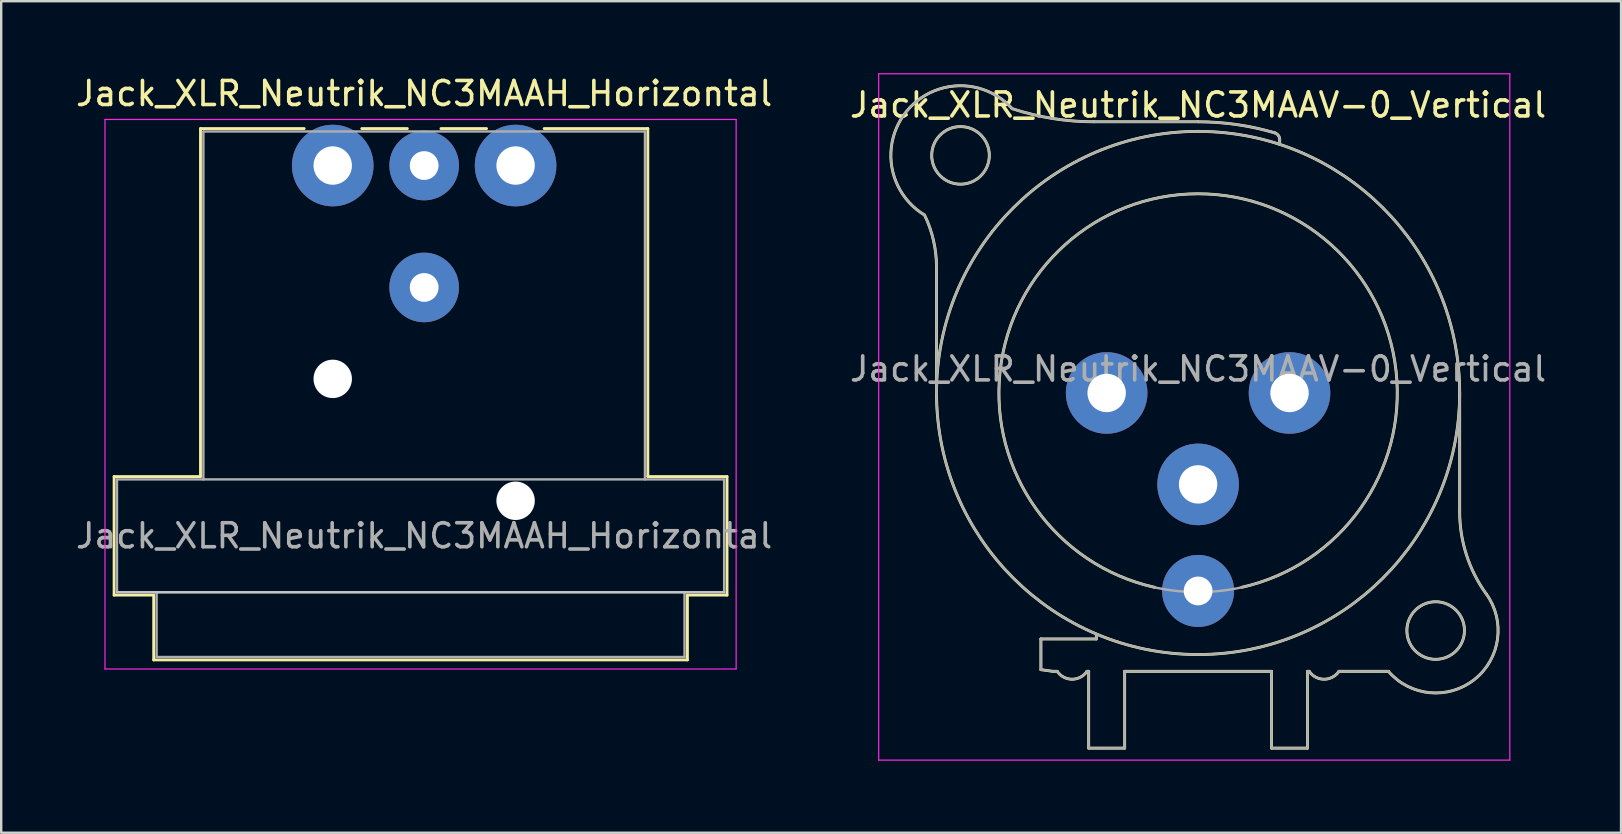
<source format=kicad_pcb>
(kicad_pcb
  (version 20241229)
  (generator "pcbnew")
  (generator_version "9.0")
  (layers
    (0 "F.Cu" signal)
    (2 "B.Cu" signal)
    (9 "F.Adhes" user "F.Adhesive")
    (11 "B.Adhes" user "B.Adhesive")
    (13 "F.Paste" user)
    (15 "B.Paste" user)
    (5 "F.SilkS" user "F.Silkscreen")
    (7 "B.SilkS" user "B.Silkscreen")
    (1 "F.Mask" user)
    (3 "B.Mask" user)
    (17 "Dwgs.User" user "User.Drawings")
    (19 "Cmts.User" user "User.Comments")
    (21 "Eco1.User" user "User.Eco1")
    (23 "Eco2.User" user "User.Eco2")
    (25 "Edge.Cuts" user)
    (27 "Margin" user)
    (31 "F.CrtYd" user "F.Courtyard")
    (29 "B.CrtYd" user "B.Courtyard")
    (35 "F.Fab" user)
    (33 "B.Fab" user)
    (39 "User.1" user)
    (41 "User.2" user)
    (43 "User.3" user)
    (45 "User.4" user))
  (footprint "Jack_XLR_Neutrik_NC3MAAH_Horizontal"
    (layer "F.Cu")
    (at 10.815 3.848)
    (property "Reference" "Jack_XLR_Neutrik_NC3MAAH_Horizontal" (at 3.81 -3 0) (layer "F.SilkS") (effects (font (size 1 1) (thickness 0.15))))
    (attr through_hole)
    (fp_line (start -9.11 12.96) (end -5.51 12.96) (stroke (width 0.12) (type solid)) (layer "F.SilkS"))
    (fp_line (start -9.11 17.9) (end -9.11 12.96) (stroke (width 0.12) (type solid)) (layer "F.SilkS"))
    (fp_line (start -7.46 17.9) (end -9.11 17.9) (stroke (width 0.12) (type solid)) (layer "F.SilkS"))
    (fp_line (start -7.46 17.9) (end -7.46 20.6) (stroke (width 0.12) (type solid)) (layer "F.SilkS"))
    (fp_line (start -5.51 12.96) (end -5.51 -1.54) (stroke (width 0.12) (type solid)) (layer "F.SilkS"))
    (fp_line (start -1.19 -1.54) (end -5.51 -1.54) (stroke (width 0.12) (type solid)) (layer "F.SilkS"))
    (fp_line (start 3.11 -1.54) (end 1.21 -1.54) (stroke (width 0.12) (type solid)) (layer "F.SilkS"))
    (fp_line (start 4.51 -1.54) (end 6.41 -1.54) (stroke (width 0.12) (type solid)) (layer "F.SilkS"))
    (fp_line (start 13.13 -1.54) (end 8.81 -1.54) (stroke (width 0.12) (type solid)) (layer "F.SilkS"))
    (fp_line (start 13.13 12.96) (end 13.13 -1.54) (stroke (width 0.12) (type solid)) (layer "F.SilkS"))
    (fp_line (start 13.13 12.96) (end 16.43 12.96) (stroke (width 0.12) (type solid)) (layer "F.SilkS"))
    (fp_line (start 14.78 17.9) (end 14.78 20.6) (stroke (width 0.12) (type solid)) (layer "F.SilkS"))
    (fp_line (start 14.78 20.6) (end -7.46 20.6) (stroke (width 0.12) (type solid)) (layer "F.SilkS"))
    (fp_line (start 16.43 17.9) (end 14.78 17.9) (stroke (width 0.12) (type solid)) (layer "F.SilkS"))
    (fp_line (start 16.43 17.9) (end 16.43 12.96) (stroke (width 0.12) (type solid)) (layer "F.SilkS"))
    (fp_line (start 16.31 17.78) (end -8.99 17.78) (stroke (width 0.1) (type solid)) (layer "Dwgs.User"))
    (fp_line (start -9.49 20.98) (end -9.49 -1.92) (stroke (width 0.05) (type solid)) (layer "F.CrtYd"))
    (fp_line (start 16.81 -1.92) (end -9.49 -1.92) (stroke (width 0.05) (type solid)) (layer "F.CrtYd"))
    (fp_line (start 16.81 20.98) (end -9.49 20.98) (stroke (width 0.05) (type solid)) (layer "F.CrtYd"))
    (fp_line (start 16.81 20.98) (end 16.81 -1.92) (stroke (width 0.05) (type solid)) (layer "F.CrtYd"))
    (fp_line (start -8.99 13.08) (end 16.31 13.08) (stroke (width 0.1) (type solid)) (layer "F.Fab"))
    (fp_line (start -8.99 17.78) (end -8.99 13.08) (stroke (width 0.1) (type solid)) (layer "F.Fab"))
    (fp_line (start -7.34 20.48) (end -7.34 17.78) (stroke (width 0.1) (type solid)) (layer "F.Fab"))
    (fp_line (start -5.39 -1.42) (end -5.39 13.08) (stroke (width 0.1) (type solid)) (layer "F.Fab"))
    (fp_line (start 13.01 -1.42) (end -5.39 -1.42) (stroke (width 0.1) (type solid)) (layer "F.Fab"))
    (fp_line (start 13.01 13.08) (end 13.01 -1.42) (stroke (width 0.1) (type solid)) (layer "F.Fab"))
    (fp_line (start 14.66 17.78) (end 14.66 20.48) (stroke (width 0.1) (type solid)) (layer "F.Fab"))
    (fp_line (start 14.66 20.48) (end -7.34 20.48) (stroke (width 0.1) (type solid)) (layer "F.Fab"))
    (fp_line (start 16.31 13.08) (end 16.31 17.78) (stroke (width 0.1) (type solid)) (layer "F.Fab"))
    (fp_line (start 16.31 17.78) (end -8.99 17.78) (stroke (width 0.1) (type solid)) (layer "F.Fab"))
    (fp_text user "${REFERENCE}" (at 3.81 15.43 0) (layer "F.Fab") (effects (font (size 1 1) (thickness 0.15))))
    (pad "" np_thru_hole circle (at 0 8.89) (size 1.6 1.6) (drill 1.6) (layers "*.Cu" "*.Mask"))
    (pad "" np_thru_hole circle (at 7.62 13.97) (size 1.6 1.6) (drill 1.6) (layers "*.Cu" "*.Mask"))
    (pad "1" thru_hole circle (at 0 0) (size 3.4 3.4) (drill 1.6) (layers "*.Cu" "*.Mask"))
    (pad "2" thru_hole circle (at 7.62 0) (size 3.4 3.4) (drill 1.6) (layers "*.Cu" "*.Mask"))
    (pad "3" thru_hole circle (at 3.81 0) (size 2.9 2.9) (drill 1.2) (layers "*.Cu" "*.Mask"))
    (pad "G" thru_hole circle (at 3.81 5.08) (size 2.9 2.9) (drill 1.2) (layers "*.Cu" "*.Mask")))
  (footprint "Jack_XLR_Neutrik_NC3MAAV-0_Vertical"
    (layer "F.Cu")
    (at 43.065 13.325)
    (property "Reference" "Jack_XLR_Neutrik_NC3MAAV-0_Vertical" (at 3.81 -12 0) (layer "F.SilkS") (effects (font (size 1 1) (thickness 0.15))))
    (attr through_hole)
    (fp_line (start -7.09 -5.24) (end -7.09 0) (stroke (width 0.12) (type solid)) (layer "F.SilkS"))
    (fp_line (start -2.74 11.53) (end -2.74 10.25) (stroke (width 0.12) (type solid)) (layer "F.SilkS"))
    (fp_line (start -2.74 11.53) (end -2.24 11.6) (stroke (width 0.12) (type solid)) (layer "F.SilkS"))
    (fp_line (start -2.24 11.6) (end -2.06 11.6) (stroke (width 0.12) (type solid)) (layer "F.SilkS"))
    (fp_line (start -0.75 11.6) (end -0.82 11.6) (stroke (width 0.12) (type solid)) (layer "F.SilkS"))
    (fp_line (start -0.75 11.6) (end -0.75 14.8) (stroke (width 0.12) (type solid)) (layer "F.SilkS"))
    (fp_line (start -0.43 10.25) (end -2.74 10.25) (stroke (width 0.12) (type solid)) (layer "F.SilkS"))
    (fp_line (start -0.43 10.25) (end -0.43 10.05) (stroke (width 0.12) (type solid)) (layer "F.SilkS"))
    (fp_line (start 0.75 11.6) (end 0.75 14.8) (stroke (width 0.12) (type solid)) (layer "F.SilkS"))
    (fp_line (start 0.75 11.6) (end 6.87 11.6) (stroke (width 0.12) (type solid)) (layer "F.SilkS"))
    (fp_line (start 0.75 14.8) (end -0.75 14.8) (stroke (width 0.12) (type solid)) (layer "F.SilkS"))
    (fp_line (start 3.81 -11.3) (end -0.53 -11.3) (stroke (width 0.12) (type solid)) (layer "F.SilkS"))
    (fp_line (start 6.87 11.6) (end 6.87 14.8) (stroke (width 0.12) (type solid)) (layer "F.SilkS"))
    (fp_line (start 7.21 -10.36) (end 7.21 -10.55) (stroke (width 0.12) (type solid)) (layer "F.SilkS"))
    (fp_line (start 8.37 11.6) (end 8.37 14.8) (stroke (width 0.12) (type solid)) (layer "F.SilkS"))
    (fp_line (start 8.37 11.6) (end 8.44 11.6) (stroke (width 0.12) (type solid)) (layer "F.SilkS"))
    (fp_line (start 8.37 14.8) (end 6.87 14.8) (stroke (width 0.12) (type solid)) (layer "F.SilkS"))
    (fp_line (start 9.68 11.6) (end 11.74 11.6) (stroke (width 0.12) (type solid)) (layer "F.SilkS"))
    (fp_line (start 14.71 4.95) (end 14.71 0) (stroke (width 0.12) (type solid)) (layer "F.SilkS"))
    (fp_arc (start -7.588965 -7.414421) (mid -8.331551 -11.74403) (end -3.94 -11.85) (stroke (width 0.12) (type solid)) (layer "F.SilkS"))
    (fp_arc (start -7.584615 -7.408295) (mid -7.215222 -6.351997) (end -7.09 -5.24) (stroke (width 0.12) (type solid)) (layer "F.SilkS"))
    (fp_arc (start -0.820521 11.600769) (mid -1.440464 11.928866) (end -2.06 11.6) (stroke (width 0.12) (type solid)) (layer "F.SilkS"))
    (fp_arc (start -0.53 -11.3) (mid -2.253923 -11.43719) (end -3.934451 -11.845305) (stroke (width 0.12) (type solid)) (layer "F.SilkS"))
    (fp_arc (start 2 8.1) (mid 3.802206 -8.299761) (end 5.635209 8.096586) (stroke (width 0.12) (type solid)) (layer "F.SilkS"))
    (fp_arc (start 3.81 -11.3) (mid 5.421707 -11.184471) (end 7.000458 -10.840248) (stroke (width 0.12) (type solid)) (layer "F.SilkS"))
    (fp_arc (start 7.004232 -10.837678) (mid 7.156013 -10.728814) (end 7.21 -10.55) (stroke (width 0.12) (type solid)) (layer "F.SilkS"))
    (fp_arc (start 9.679479 11.600769) (mid 9.059536 11.928866) (end 8.44 11.6) (stroke (width 0.12) (type solid)) (layer "F.SilkS"))
    (fp_arc (start 15.815277 8.372002) (mid 14.993173 6.748036) (end 14.71 4.95) (stroke (width 0.12) (type solid)) (layer "F.SilkS"))
    (fp_arc (start 15.815343 8.370807) (mid 15.326014 11.93946) (end 11.74 11.6) (stroke (width 0.12) (type solid)) (layer "F.SilkS"))
    (fp_circle (center -6.09 -9.9) (end -4.89 -9.9) (stroke (width 0.12) (type solid)) (fill no) (layer "F.SilkS"))
    (fp_circle (center 3.81 0) (end 14.71 0) (stroke (width 0.12) (type solid)) (fill no) (layer "F.SilkS"))
    (fp_circle (center 13.71 9.9) (end 14.91 9.9) (stroke (width 0.12) (type solid)) (fill no) (layer "F.SilkS"))
    (fp_line (start -9.5 -13.3) (end 16.8 -13.3) (stroke (width 0.05) (type solid)) (layer "F.CrtYd"))
    (fp_line (start -9.5 15.3) (end -9.5 -13.3) (stroke (width 0.05) (type solid)) (layer "F.CrtYd"))
    (fp_line (start 16.8 -13.3) (end 16.8 15.3) (stroke (width 0.05) (type solid)) (layer "F.CrtYd"))
    (fp_line (start 16.8 15.3) (end -9.5 15.3) (stroke (width 0.05) (type solid)) (layer "F.CrtYd"))
    (fp_line (start -7.09 -5.24) (end -7.09 0) (stroke (width 0.1) (type solid)) (layer "F.Fab"))
    (fp_line (start -2.74 11.53) (end -2.74 10.25) (stroke (width 0.1) (type solid)) (layer "F.Fab"))
    (fp_line (start -2.74 11.53) (end -2.24 11.6) (stroke (width 0.1) (type solid)) (layer "F.Fab"))
    (fp_line (start -2.24 11.6) (end -2.06 11.6) (stroke (width 0.1) (type solid)) (layer "F.Fab"))
    (fp_line (start -0.75 11.6) (end -0.82 11.6) (stroke (width 0.1) (type solid)) (layer "F.Fab"))
    (fp_line (start -0.75 11.6) (end -0.75 14.8) (stroke (width 0.1) (type solid)) (layer "F.Fab"))
    (fp_line (start -0.43 10.25) (end -2.74 10.25) (stroke (width 0.1) (type solid)) (layer "F.Fab"))
    (fp_line (start -0.43 10.25) (end -0.43 10.05) (stroke (width 0.1) (type solid)) (layer "F.Fab"))
    (fp_line (start 0.75 11.6) (end 0.75 14.8) (stroke (width 0.1) (type solid)) (layer "F.Fab"))
    (fp_line (start 0.75 11.6) (end 6.87 11.6) (stroke (width 0.1) (type solid)) (layer "F.Fab"))
    (fp_line (start 0.75 14.8) (end -0.75 14.8) (stroke (width 0.1) (type solid)) (layer "F.Fab"))
    (fp_line (start 3.81 -11.3) (end -0.53 -11.3) (stroke (width 0.1) (type solid)) (layer "F.Fab"))
    (fp_line (start 6.87 11.6) (end 6.87 14.8) (stroke (width 0.1) (type solid)) (layer "F.Fab"))
    (fp_line (start 7.21 -10.36) (end 7.21 -10.55) (stroke (width 0.1) (type solid)) (layer "F.Fab"))
    (fp_line (start 8.37 11.6) (end 8.37 14.8) (stroke (width 0.1) (type solid)) (layer "F.Fab"))
    (fp_line (start 8.37 11.6) (end 8.44 11.6) (stroke (width 0.1) (type solid)) (layer "F.Fab"))
    (fp_line (start 8.37 14.8) (end 6.87 14.8) (stroke (width 0.1) (type solid)) (layer "F.Fab"))
    (fp_line (start 9.68 11.6) (end 11.74 11.6) (stroke (width 0.1) (type solid)) (layer "F.Fab"))
    (fp_line (start 14.71 4.95) (end 14.71 0) (stroke (width 0.1) (type solid)) (layer "F.Fab"))
    (fp_arc (start -7.588965 -7.414421) (mid -8.331551 -11.74403) (end -3.94 -11.85) (stroke (width 0.1) (type solid)) (layer "F.Fab"))
    (fp_arc (start -7.584615 -7.408295) (mid -7.215222 -6.351997) (end -7.09 -5.24) (stroke (width 0.1) (type solid)) (layer "F.Fab"))
    (fp_arc (start -0.820521 11.600769) (mid -1.440464 11.928866) (end -2.06 11.6) (stroke (width 0.1) (type solid)) (layer "F.Fab"))
    (fp_arc (start -0.53 -11.3) (mid -2.253923 -11.43719) (end -3.934451 -11.845305) (stroke (width 0.1) (type solid)) (layer "F.Fab"))
    (fp_arc (start 3.81 -11.3) (mid 5.421707 -11.184471) (end 7.000458 -10.840248) (stroke (width 0.1) (type solid)) (layer "F.Fab"))
    (fp_arc (start 7.004232 -10.837678) (mid 7.156013 -10.728814) (end 7.21 -10.55) (stroke (width 0.1) (type solid)) (layer "F.Fab"))
    (fp_arc (start 9.679479 11.600769) (mid 9.059536 11.928866) (end 8.44 11.6) (stroke (width 0.1) (type solid)) (layer "F.Fab"))
    (fp_arc (start 15.815277 8.372002) (mid 14.993173 6.748036) (end 14.71 4.95) (stroke (width 0.1) (type solid)) (layer "F.Fab"))
    (fp_arc (start 15.815343 8.370807) (mid 15.326014 11.93946) (end 11.74 11.6) (stroke (width 0.1) (type solid)) (layer "F.Fab"))
    (fp_circle (center -6.09 -9.9) (end -4.89 -9.9) (stroke (width 0.1) (type solid)) (fill no) (layer "F.Fab"))
    (fp_circle (center 3.81 0) (end 12.11 0) (stroke (width 0.1) (type solid)) (fill no) (layer "F.Fab"))
    (fp_circle (center 3.81 0) (end 14.71 0) (stroke (width 0.1) (type solid)) (fill no) (layer "F.Fab"))
    (fp_circle (center 13.71 9.9) (end 14.91 9.9) (stroke (width 0.1) (type solid)) (fill no) (layer "F.Fab"))
    (fp_text user "${REFERENCE}" (at 3.81 -1 0) (layer "F.Fab") (effects (font (size 1 1) (thickness 0.15))))
    (pad "1" thru_hole circle (at 0 0) (size 3.4 3.4) (drill 1.6) (layers "*.Cu" "*.Mask"))
    (pad "2" thru_hole circle (at 7.62 0) (size 3.4 3.4) (drill 1.6) (layers "*.Cu" "*.Mask"))
    (pad "3" thru_hole circle (at 3.81 3.81) (size 3.4 3.4) (drill 1.6) (layers "*.Cu" "*.Mask"))
    (pad "G" thru_hole circle (at 3.81 8.25) (size 3 3) (drill 1.2) (layers "*.Cu" "*.Mask")))
  (gr_rect
    (start -3 -3)
    (end 64.5 31.65)
    (stroke (width 0.1) (type default))
    (fill no)
    (layer "Edge.Cuts")))
</source>
